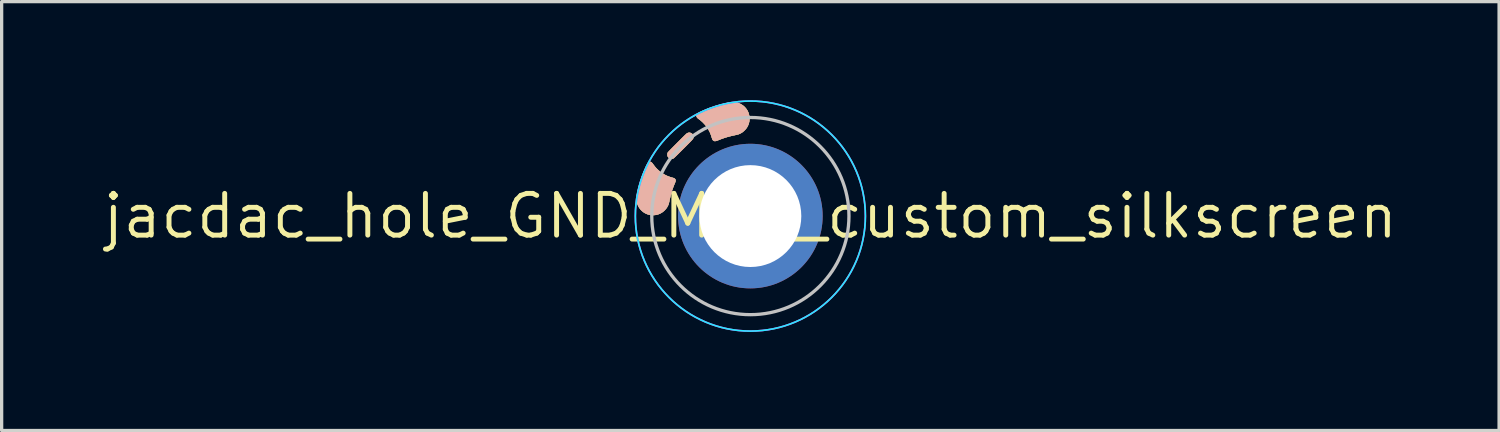
<source format=kicad_pcb>
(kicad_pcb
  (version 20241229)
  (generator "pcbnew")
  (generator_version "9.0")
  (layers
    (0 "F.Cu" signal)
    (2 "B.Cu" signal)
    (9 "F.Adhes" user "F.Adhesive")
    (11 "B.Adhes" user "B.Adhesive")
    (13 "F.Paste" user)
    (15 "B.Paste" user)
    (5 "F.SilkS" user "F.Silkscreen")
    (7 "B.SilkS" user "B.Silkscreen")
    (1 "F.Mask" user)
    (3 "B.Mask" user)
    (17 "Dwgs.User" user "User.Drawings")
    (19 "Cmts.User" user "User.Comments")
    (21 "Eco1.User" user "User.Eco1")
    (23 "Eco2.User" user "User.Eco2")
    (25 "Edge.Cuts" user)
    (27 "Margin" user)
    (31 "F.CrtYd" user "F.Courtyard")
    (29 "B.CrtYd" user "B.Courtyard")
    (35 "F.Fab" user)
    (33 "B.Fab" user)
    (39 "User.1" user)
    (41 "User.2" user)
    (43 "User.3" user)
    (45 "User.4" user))
  (footprint "jacdac_hole_GND_MH4_custom_silkscreen"
    (layer "F.Cu")
    (at 19.783 3.525)
    (property "Reference" "jacdac_hole_GND_MH4_custom_silkscreen" (at 0 0 0) (layer "F.SilkS") (effects (font (size 1.27 1.27) (thickness 0.15))))
    (attr through_hole exclude_from_bom)
    (fp_circle (center 0 0) (end 2.5 0) (stroke (width 0) (type solid)) (fill yes) (layer "F.Mask"))
    (fp_circle (center 0 0) (end 2.5 0) (stroke (width 0) (type solid)) (fill yes) (layer "B.Mask"))
    (fp_poly (pts (xy -1.1 -2.287) (xy -1.116 -2.294) (xy -1.129 -2.304) (xy -1.139 -2.313) (xy -1.146 -2.323) (xy -1.153 -2.335) (xy -1.159 -2.35) (xy -1.166 -2.37) (xy -1.174 -2.397) (xy -1.175 -2.398) (xy -1.192 -2.455) (xy -1.211 -2.506) (xy -1.233 -2.556) (xy -1.249 -2.589) (xy -1.292 -2.664) (xy -1.341 -2.736) (xy -1.397 -2.803) (xy -1.458 -2.865) (xy -1.524 -2.922) (xy -1.562 -2.95) (xy -1.59 -2.971) (xy -1.612 -2.992) (xy -1.627 -3.011) (xy -1.637 -3.031) (xy -1.641 -3.05) (xy -1.641 -3.056) (xy -1.639 -3.074) (xy -1.633 -3.091) (xy -1.621 -3.107) (xy -1.604 -3.122) (xy -1.58 -3.137) (xy -1.55 -3.154) (xy -1.549 -3.154) (xy -1.428 -3.211) (xy -1.3 -3.265) (xy -1.167 -3.314) (xy -1.031 -3.358) (xy -0.891 -3.398) (xy -0.749 -3.432) (xy -0.69 -3.444) (xy -0.631 -3.455) (xy -0.577 -3.462) (xy -0.53 -3.465) (xy -0.488 -3.465) (xy -0.454 -3.461) (xy -0.391 -3.446) (xy -0.331 -3.425) (xy -0.275 -3.397) (xy -0.224 -3.362) (xy -0.177 -3.322) (xy -0.136 -3.275) (xy -0.099 -3.223) (xy -0.094 -3.215) (xy -0.068 -3.162) (xy -0.048 -3.106) (xy -0.035 -3.047) (xy -0.029 -2.987) (xy -0.03 -2.927) (xy -0.038 -2.867) (xy -0.052 -2.809) (xy -0.054 -2.805) (xy -0.077 -2.749) (xy -0.106 -2.696) (xy -0.142 -2.647) (xy -0.184 -2.603) (xy -0.23 -2.563) (xy -0.281 -2.529) (xy -0.335 -2.502) (xy -0.357 -2.494) (xy -0.372 -2.489) (xy -0.392 -2.484) (xy -0.416 -2.477) (xy -0.443 -2.471) (xy -0.469 -2.466) (xy -0.47 -2.466) (xy -0.569 -2.444) (xy -0.663 -2.42) (xy -0.753 -2.394) (xy -0.84 -2.365) (xy -0.927 -2.332) (xy -0.975 -2.313) (xy -1.009 -2.299) (xy -1.038 -2.29) (xy -1.062 -2.285) (xy -1.083 -2.284) (xy -1.1 -2.287)) (stroke (width 0.01) (type solid)) (fill yes) (layer "F.SilkS"))
    (fp_poly (pts (xy -3.051 -0.037) (xy -3.109 -0.051) (xy -3.164 -0.071) (xy -3.216 -0.098) (xy -3.265 -0.13) (xy -3.309 -0.168) (xy -3.35 -0.212) (xy -3.385 -0.26) (xy -3.414 -0.313) (xy -3.438 -0.371) (xy -3.455 -0.432) (xy -3.456 -0.434) (xy -3.459 -0.452) (xy -3.461 -0.471) (xy -3.462 -0.494) (xy -3.462 -0.522) (xy -3.462 -0.533) (xy -3.462 -0.555) (xy -3.461 -0.576) (xy -3.459 -0.597) (xy -3.457 -0.62) (xy -3.453 -0.645) (xy -3.448 -0.673) (xy -3.441 -0.705) (xy -3.433 -0.743) (xy -3.423 -0.787) (xy -3.419 -0.805) (xy -3.39 -0.919) (xy -3.356 -1.035) (xy -3.318 -1.152) (xy -3.276 -1.268) (xy -3.23 -1.381) (xy -3.182 -1.49) (xy -3.147 -1.561) (xy -3.133 -1.589) (xy -3.12 -1.61) (xy -3.108 -1.625) (xy -3.096 -1.636) (xy -3.084 -1.644) (xy -3.082 -1.645) (xy -3.064 -1.651) (xy -3.047 -1.651) (xy -3.033 -1.647) (xy -3.013 -1.636) (xy -2.993 -1.618) (xy -2.972 -1.593) (xy -2.969 -1.588) (xy -2.915 -1.514) (xy -2.856 -1.447) (xy -2.792 -1.386) (xy -2.723 -1.33) (xy -2.65 -1.282) (xy -2.574 -1.24) (xy -2.517 -1.214) (xy -2.486 -1.202) (xy -2.454 -1.191) (xy -2.421 -1.18) (xy -2.383 -1.169) (xy -2.35 -1.16) (xy -2.332 -1.155) (xy -2.319 -1.149) (xy -2.308 -1.142) (xy -2.3 -1.135) (xy -2.286 -1.119) (xy -2.278 -1.103) (xy -2.276 -1.085) (xy -2.278 -1.063) (xy -2.286 -1.038) (xy -2.295 -1.016) (xy -2.344 -0.895) (xy -2.388 -0.771) (xy -2.425 -0.642) (xy -2.456 -0.508) (xy -2.463 -0.478) (xy -2.47 -0.443) (xy -2.476 -0.415) (xy -2.482 -0.391) (xy -2.488 -0.371) (xy -2.495 -0.352) (xy -2.502 -0.333) (xy -2.509 -0.32) (xy -2.537 -0.267) (xy -2.573 -0.218) (xy -2.613 -0.173) (xy -2.659 -0.133) (xy -2.709 -0.1) (xy -2.763 -0.072) (xy -2.819 -0.051) (xy -2.866 -0.039) (xy -2.929 -0.031) (xy -2.991 -0.031) (xy -3.051 -0.037)) (stroke (width 0.01) (type solid)) (fill yes) (layer "F.SilkS"))
    (fp_poly (pts (xy -2.416 -1.747) (xy -2.445 -1.755) (xy -2.472 -1.769) (xy -2.494 -1.789) (xy -2.51 -1.812) (xy -2.516 -1.823) (xy -2.52 -1.832) (xy -2.521 -1.843) (xy -2.522 -1.857) (xy -2.522 -1.871) (xy -2.522 -1.89) (xy -2.521 -1.904) (xy -2.518 -1.916) (xy -2.513 -1.927) (xy -2.513 -1.928) (xy -2.51 -1.933) (xy -2.505 -1.939) (xy -2.498 -1.948) (xy -2.488 -1.959) (xy -2.475 -1.972) (xy -2.459 -1.989) (xy -2.44 -2.01) (xy -2.416 -2.034) (xy -2.389 -2.062) (xy -2.357 -2.094) (xy -2.32 -2.131) (xy -2.278 -2.173) (xy -2.231 -2.22) (xy -2.221 -2.231) (xy -2.174 -2.278) (xy -2.133 -2.319) (xy -2.096 -2.356) (xy -2.064 -2.387) (xy -2.036 -2.415) (xy -2.012 -2.439) (xy -1.992 -2.458) (xy -1.975 -2.475) (xy -1.96 -2.488) (xy -1.949 -2.499) (xy -1.939 -2.507) (xy -1.932 -2.514) (xy -1.925 -2.518) (xy -1.92 -2.522) (xy -1.917 -2.523) (xy -1.891 -2.532) (xy -1.864 -2.536) (xy -1.838 -2.534) (xy -1.829 -2.532) (xy -1.799 -2.52) (xy -1.774 -2.502) (xy -1.755 -2.479) (xy -1.742 -2.453) (xy -1.735 -2.422) (xy -1.735 -2.401) (xy -1.736 -2.393) (xy -1.736 -2.387) (xy -1.737 -2.38) (xy -1.739 -2.373) (xy -1.742 -2.366) (xy -1.746 -2.358) (xy -1.752 -2.349) (xy -1.76 -2.339) (xy -1.77 -2.327) (xy -1.783 -2.312) (xy -1.799 -2.295) (xy -1.818 -2.275) (xy -1.841 -2.251) (xy -1.867 -2.225) (xy -1.898 -2.194) (xy -1.933 -2.158) (xy -1.973 -2.118) (xy -2.018 -2.073) (xy -2.045 -2.047) (xy -2.091 -2) (xy -2.133 -1.959) (xy -2.169 -1.923) (xy -2.201 -1.891) (xy -2.228 -1.864) (xy -2.252 -1.841) (xy -2.272 -1.821) (xy -2.289 -1.805) (xy -2.303 -1.791) (xy -2.315 -1.781) (xy -2.324 -1.772) (xy -2.332 -1.766) (xy -2.338 -1.761) (xy -2.343 -1.758) (xy -2.347 -1.756) (xy -2.351 -1.754) (xy -2.354 -1.753) (xy -2.385 -1.747) (xy -2.416 -1.747)) (stroke (width 0.01) (type solid)) (fill yes) (layer "F.SilkS"))
    (fp_poly (pts (xy -1.1 -2.285) (xy -1.116 -2.292) (xy -1.129 -2.302) (xy -1.138 -2.311) (xy -1.146 -2.321) (xy -1.153 -2.333) (xy -1.159 -2.348) (xy -1.166 -2.369) (xy -1.174 -2.395) (xy -1.174 -2.396) (xy -1.192 -2.453) (xy -1.211 -2.505) (xy -1.232 -2.554) (xy -1.249 -2.587) (xy -1.291 -2.662) (xy -1.341 -2.734) (xy -1.397 -2.801) (xy -1.458 -2.864) (xy -1.524 -2.92) (xy -1.561 -2.948) (xy -1.59 -2.97) (xy -1.612 -2.99) (xy -1.627 -3.01) (xy -1.636 -3.029) (xy -1.64 -3.049) (xy -1.64 -3.054) (xy -1.638 -3.073) (xy -1.632 -3.089) (xy -1.621 -3.105) (xy -1.603 -3.12) (xy -1.58 -3.136) (xy -1.549 -3.152) (xy -1.549 -3.152) (xy -1.427 -3.21) (xy -1.3 -3.263) (xy -1.167 -3.312) (xy -1.03 -3.357) (xy -0.89 -3.396) (xy -0.748 -3.43) (xy -0.69 -3.443) (xy -0.63 -3.454) (xy -0.577 -3.461) (xy -0.53 -3.464) (xy -0.488 -3.463) (xy -0.454 -3.459) (xy -0.391 -3.445) (xy -0.331 -3.423) (xy -0.275 -3.395) (xy -0.224 -3.361) (xy -0.177 -3.32) (xy -0.135 -3.274) (xy -0.099 -3.221) (xy -0.094 -3.213) (xy -0.068 -3.16) (xy -0.048 -3.104) (xy -0.035 -3.045) (xy -0.029 -2.985) (xy -0.03 -2.925) (xy -0.037 -2.865) (xy -0.052 -2.808) (xy -0.053 -2.804) (xy -0.076 -2.748) (xy -0.106 -2.695) (xy -0.142 -2.646) (xy -0.184 -2.601) (xy -0.23 -2.561) (xy -0.281 -2.528) (xy -0.335 -2.501) (xy -0.357 -2.492) (xy -0.371 -2.487) (xy -0.391 -2.482) (xy -0.416 -2.476) (xy -0.442 -2.47) (xy -0.469 -2.464) (xy -0.469 -2.464) (xy -0.569 -2.442) (xy -0.663 -2.419) (xy -0.753 -2.393) (xy -0.84 -2.363) (xy -0.927 -2.331) (xy -0.975 -2.311) (xy -1.009 -2.297) (xy -1.038 -2.288) (xy -1.062 -2.283) (xy -1.082 -2.282) (xy -1.1 -2.285)) (stroke (width 0.01) (type solid)) (fill yes) (layer "B.SilkS"))
    (fp_poly (pts (xy -3.05 -0.036) (xy -3.108 -0.049) (xy -3.164 -0.07) (xy -3.216 -0.096) (xy -3.264 -0.129) (xy -3.309 -0.167) (xy -3.349 -0.21) (xy -3.384 -0.259) (xy -3.414 -0.312) (xy -3.438 -0.369) (xy -3.455 -0.431) (xy -3.455 -0.432) (xy -3.458 -0.45) (xy -3.46 -0.469) (xy -3.462 -0.492) (xy -3.462 -0.52) (xy -3.462 -0.532) (xy -3.462 -0.553) (xy -3.461 -0.574) (xy -3.459 -0.596) (xy -3.456 -0.618) (xy -3.452 -0.643) (xy -3.447 -0.671) (xy -3.441 -0.703) (xy -3.432 -0.741) (xy -3.423 -0.785) (xy -3.418 -0.804) (xy -3.39 -0.917) (xy -3.356 -1.033) (xy -3.318 -1.15) (xy -3.275 -1.266) (xy -3.23 -1.38) (xy -3.181 -1.488) (xy -3.147 -1.56) (xy -3.132 -1.587) (xy -3.12 -1.608) (xy -3.108 -1.624) (xy -3.096 -1.635) (xy -3.083 -1.643) (xy -3.081 -1.643) (xy -3.063 -1.649) (xy -3.047 -1.649) (xy -3.032 -1.645) (xy -3.013 -1.635) (xy -2.992 -1.616) (xy -2.972 -1.591) (xy -2.969 -1.586) (xy -2.915 -1.513) (xy -2.855 -1.445) (xy -2.791 -1.384) (xy -2.723 -1.329) (xy -2.65 -1.28) (xy -2.573 -1.238) (xy -2.517 -1.212) (xy -2.485 -1.2) (xy -2.454 -1.189) (xy -2.42 -1.178) (xy -2.383 -1.167) (xy -2.35 -1.158) (xy -2.331 -1.153) (xy -2.318 -1.148) (xy -2.308 -1.141) (xy -2.299 -1.133) (xy -2.286 -1.118) (xy -2.278 -1.101) (xy -2.275 -1.083) (xy -2.278 -1.062) (xy -2.285 -1.036) (xy -2.295 -1.014) (xy -2.344 -0.893) (xy -2.387 -0.769) (xy -2.425 -0.64) (xy -2.456 -0.507) (xy -2.462 -0.476) (xy -2.469 -0.442) (xy -2.476 -0.413) (xy -2.482 -0.39) (xy -2.488 -0.369) (xy -2.494 -0.35) (xy -2.502 -0.332) (xy -2.508 -0.318) (xy -2.537 -0.265) (xy -2.572 -0.216) (xy -2.613 -0.171) (xy -2.659 -0.132) (xy -2.709 -0.098) (xy -2.762 -0.07) (xy -2.819 -0.049) (xy -2.866 -0.038) (xy -2.929 -0.03) (xy -2.99 -0.029) (xy -3.05 -0.036)) (stroke (width 0.01) (type solid)) (fill yes) (layer "B.SilkS"))
    (fp_poly (pts (xy -2.416 -1.746) (xy -2.445 -1.753) (xy -2.471 -1.767) (xy -2.494 -1.787) (xy -2.51 -1.81) (xy -2.516 -1.821) (xy -2.519 -1.831) (xy -2.521 -1.841) (xy -2.522 -1.856) (xy -2.522 -1.869) (xy -2.521 -1.889) (xy -2.52 -1.903) (xy -2.517 -1.914) (xy -2.513 -1.925) (xy -2.512 -1.927) (xy -2.51 -1.931) (xy -2.505 -1.937) (xy -2.498 -1.946) (xy -2.488 -1.957) (xy -2.475 -1.971) (xy -2.459 -1.988) (xy -2.439 -2.008) (xy -2.416 -2.032) (xy -2.388 -2.06) (xy -2.356 -2.093) (xy -2.32 -2.13) (xy -2.278 -2.172) (xy -2.231 -2.219) (xy -2.221 -2.229) (xy -2.174 -2.276) (xy -2.132 -2.317) (xy -2.096 -2.354) (xy -2.064 -2.386) (xy -2.036 -2.413) (xy -2.012 -2.437) (xy -1.992 -2.457) (xy -1.974 -2.473) (xy -1.96 -2.487) (xy -1.948 -2.497) (xy -1.939 -2.506) (xy -1.931 -2.512) (xy -1.925 -2.517) (xy -1.92 -2.52) (xy -1.916 -2.522) (xy -1.891 -2.53) (xy -1.864 -2.534) (xy -1.838 -2.533) (xy -1.829 -2.531) (xy -1.799 -2.518) (xy -1.774 -2.501) (xy -1.755 -2.478) (xy -1.741 -2.451) (xy -1.735 -2.421) (xy -1.735 -2.399) (xy -1.735 -2.392) (xy -1.736 -2.385) (xy -1.737 -2.378) (xy -1.739 -2.372) (xy -1.741 -2.365) (xy -1.746 -2.357) (xy -1.752 -2.348) (xy -1.76 -2.337) (xy -1.77 -2.325) (xy -1.783 -2.31) (xy -1.799 -2.293) (xy -1.818 -2.273) (xy -1.84 -2.25) (xy -1.867 -2.223) (xy -1.898 -2.192) (xy -1.933 -2.157) (xy -1.973 -2.117) (xy -2.018 -2.071) (xy -2.044 -2.045) (xy -2.091 -1.999) (xy -2.132 -1.958) (xy -2.169 -1.921) (xy -2.2 -1.89) (xy -2.228 -1.863) (xy -2.252 -1.839) (xy -2.272 -1.82) (xy -2.289 -1.803) (xy -2.303 -1.79) (xy -2.315 -1.779) (xy -2.324 -1.771) (xy -2.332 -1.764) (xy -2.338 -1.76) (xy -2.343 -1.756) (xy -2.347 -1.754) (xy -2.351 -1.752) (xy -2.353 -1.752) (xy -2.385 -1.745) (xy -2.416 -1.746)) (stroke (width 0.01) (type solid)) (fill yes) (layer "B.SilkS"))
    (fp_circle (center 0 0) (end 0 -3) (stroke (width 0.1) (type default)) (fill no) (layer "Dwgs.User"))
    (fp_circle (center 0 0) (end 3.5 0) (stroke (width 0.05) (type default)) (fill no) (layer "B.CrtYd"))
    (fp_circle (center 0 0) (end 3.5 0) (stroke (width 0.05) (type default)) (fill no) (layer "F.CrtYd"))
    (pad "MH4" thru_hole circle (at 0 0 90) (size 4.4 4.4) (drill 3.1) (layers "*.Cu"))
    (zone (net_name "") (layers "F.Cu" "B.Cu") (hatch edge 0.508) (connect_pads) (min_thickness 0.254) (filled_areas_thickness no) (keepout (tracks allowed) (vias allowed) (pads allowed) (copperpour not_allowed) (footprints allowed)) (placement (enabled no)) (fill) (polygon (pts (xy 19.783 0.52) (xy 19.434 0.54) (xy 19.09 0.601) (xy 18.755 0.701) (xy 18.434 0.84) (xy 18.132 1.014) (xy 17.851 1.223) (xy 17.597 1.463) (xy 17.373 1.73) (xy 17.181 2.022) (xy 17.024 2.335) (xy 16.904 2.663) (xy 16.824 3.003) (xy 16.783 3.35) (xy 16.783 3.7) (xy 16.824 4.047) (xy 16.904 4.387) (xy 17.024 4.715) (xy 17.181 5.028) (xy 17.373 5.32) (xy 17.597 5.587) (xy 17.851 5.827) (xy 18.132 6.036) (xy 18.434 6.21) (xy 18.755 6.349) (xy 19.09 6.449) (xy 19.434 6.51) (xy 19.783 6.53) (xy 20.132 6.51) (xy 20.476 6.449) (xy 20.811 6.349) (xy 21.132 6.21) (xy 21.434 6.036) (xy 21.715 5.827) (xy 21.969 5.587) (xy 22.193 5.32) (xy 22.385 5.028) (xy 22.542 4.715) (xy 22.662 4.387) (xy 22.742 4.047) (xy 22.783 3.7) (xy 22.783 3.35) (xy 22.742 3.003) (xy 22.662 2.663) (xy 22.542 2.335) (xy 22.385 2.022) (xy 22.193 1.73) (xy 21.969 1.463) (xy 21.715 1.223) (xy 21.434 1.014) (xy 21.132 0.84) (xy 20.811 0.701) (xy 20.476 0.601) (xy 20.132 0.54)))))
  (gr_rect
    (start -3 -3)
    (end 42.566 10.05)
    (stroke (width 0.1) (type default))
    (fill no)
    (layer "Edge.Cuts")))
</source>
